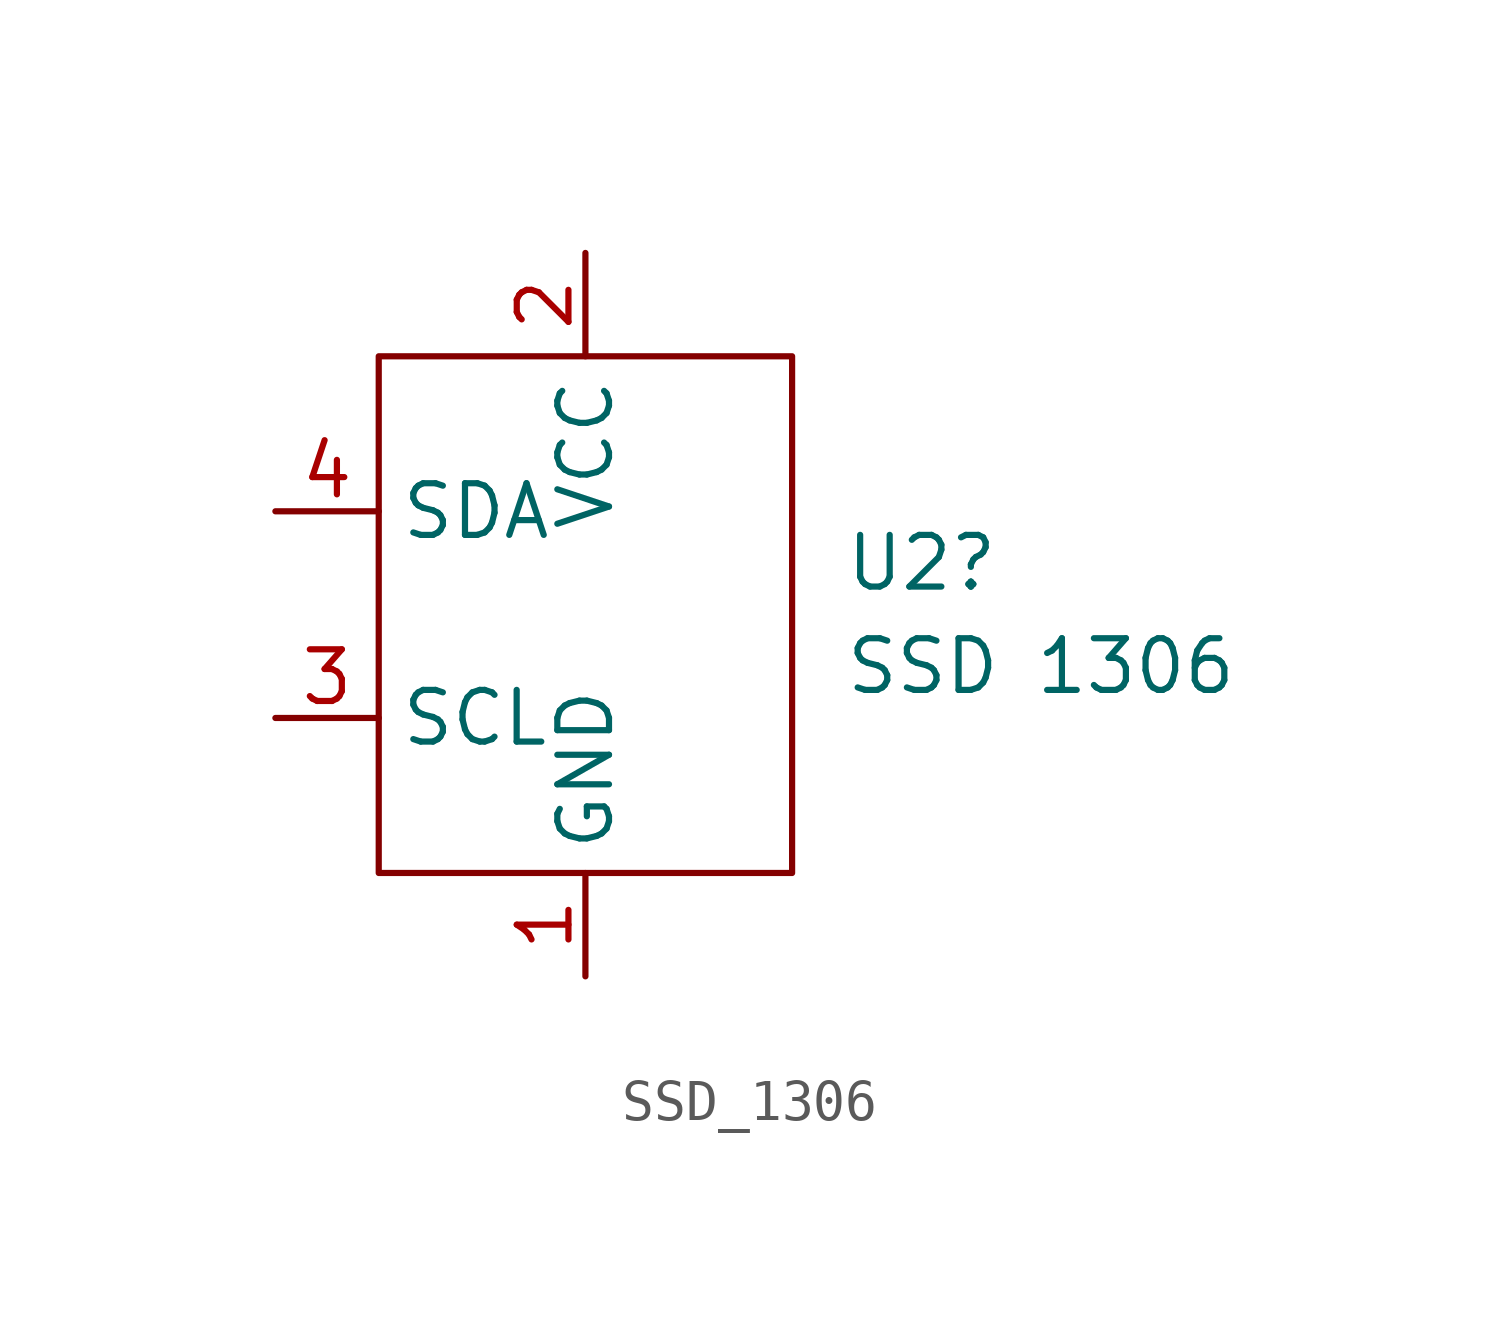
<source format=kicad_sym>
(kicad_symbol_lib
  (version 20231120)
  (generator "kicad_symbol_editor")
  (generator_version "8.0")
  (symbol "SSD_1306"
    (property "Reference" "U2"
      (at 6.35 1.27 0)
      (effects (font (size 1.27 1.27)) (justify left)))
    (property "Value" "SSD 1306"
      (at 6.35 -1.27 0)
      (effects (font (size 1.27 1.27)) (justify left)))
    (symbol "SSD_1306_0_1"
      (rectangle (start -5.08 6.35) (end 5.08 -6.35) (stroke (width 0) (type default)) (fill (type none))))
    (symbol "SSD_1306_1_1"
      (pin power_in line (at 0 -8.89 90) (length 2.54) (name "GND" (effects (font (size 1.27 1.27)))) (number "1" (effects (font (size 1.27 1.27)))))
      (pin power_in line (at 0 8.89 270) (length 2.54) (name "VCC" (effects (font (size 1.27 1.27)))) (number "2" (effects (font (size 1.27 1.27)))))
      (pin input line (at -7.62 -2.54 0) (length 2.54) (name "SCL" (effects (font (size 1.27 1.27)))) (number "3" (effects (font (size 1.27 1.27)))))
      (pin bidirectional line (at -7.62 2.54 0) (length 2.54) (name "SDA" (effects (font (size 1.27 1.27)))) (number "4" (effects (font (size 1.27 1.27))))))))
</source>
